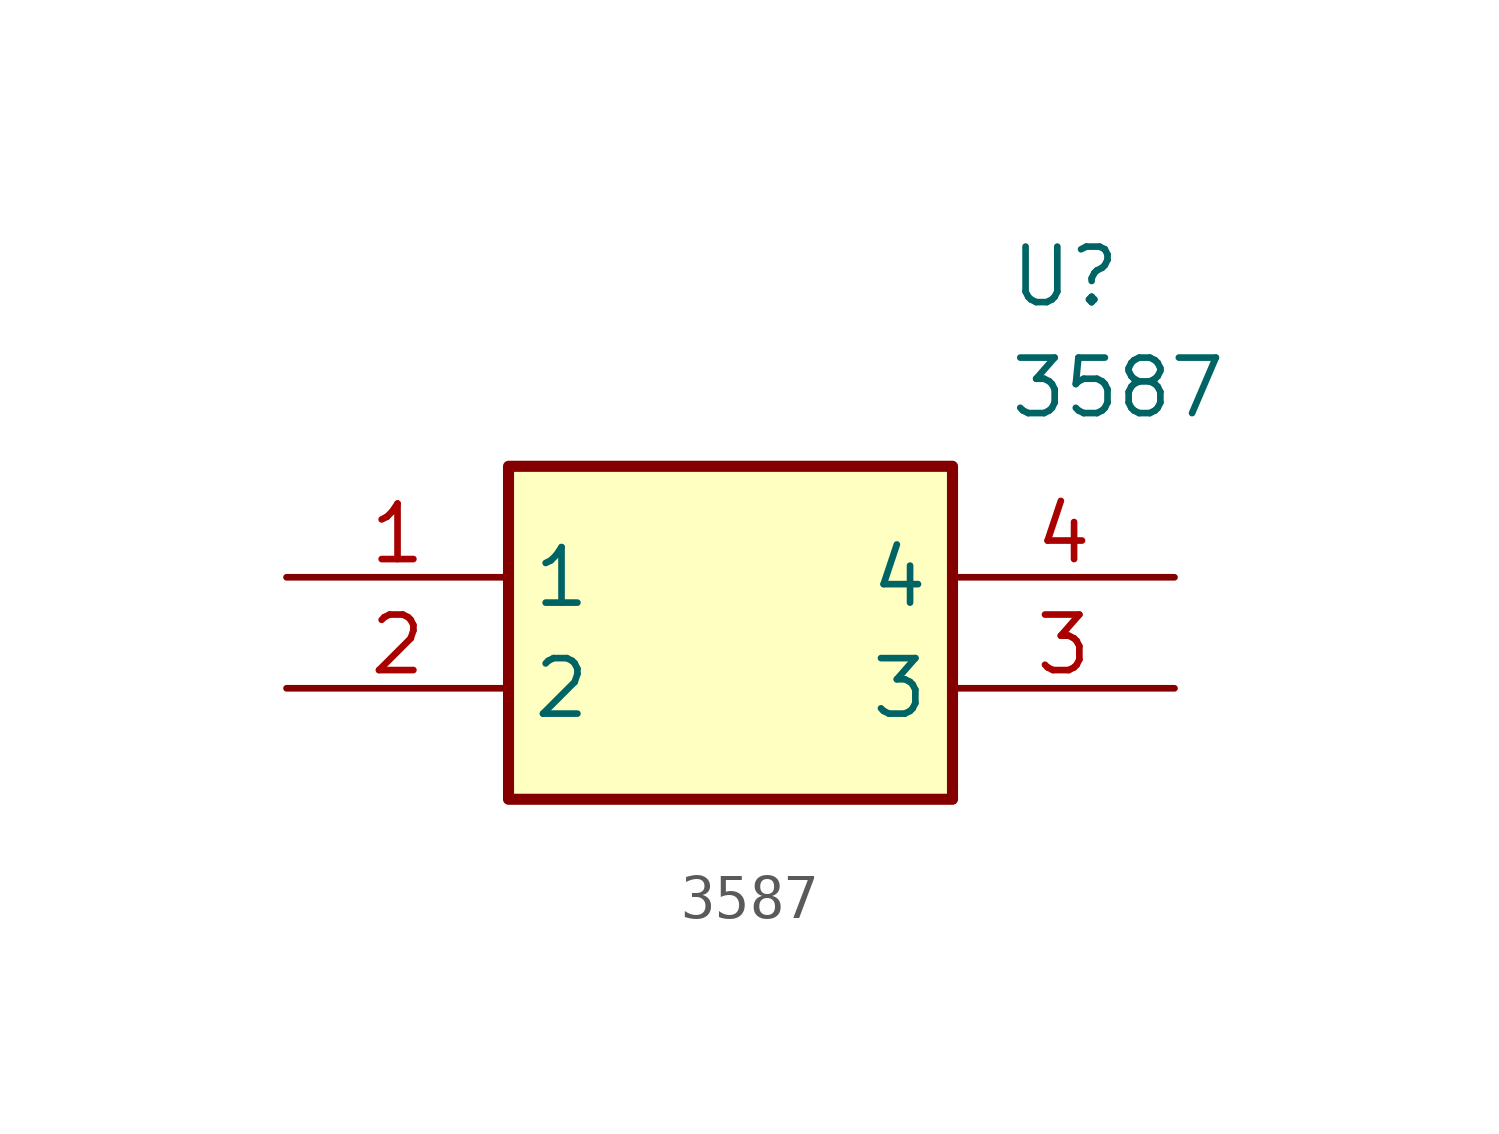
<source format=kicad_sym>
(kicad_symbol_lib
  (version 20211014)
  (generator SamacSys_ECAD_Model)
  (symbol "3587"
    (property "Reference" "U"
      (at 16.51 7.62 0)
      (effects (font (size 1.27 1.27)) (justify left top)))
    (property "Value" "3587"
      (at 16.51 5.08 0)
      (effects (font (size 1.27 1.27)) (justify left top)))
    (rectangle
      (start 5.08 2.54)
      (end 15.24 -5.08)
      (stroke (width 0.254) (type default))
      (fill (type background)))
    (pin passive line
      (at 0 0 0)
      (length 5.08)
      (name "1" (effects (font (size 1.27 1.27))))
      (number "1" (effects (font (size 1.27 1.27)))))
    (pin passive line
      (at 0 -2.54 0)
      (length 5.08)
      (name "2" (effects (font (size 1.27 1.27))))
      (number "2" (effects (font (size 1.27 1.27)))))
    (pin passive line
      (at 20.32 -2.54 180)
      (length 5.08)
      (name "3" (effects (font (size 1.27 1.27))))
      (number "3" (effects (font (size 1.27 1.27)))))
    (pin passive line
      (at 20.32 0 180)
      (length 5.08)
      (name "4" (effects (font (size 1.27 1.27))))
      (number "4" (effects (font (size 1.27 1.27)))))))
</source>
